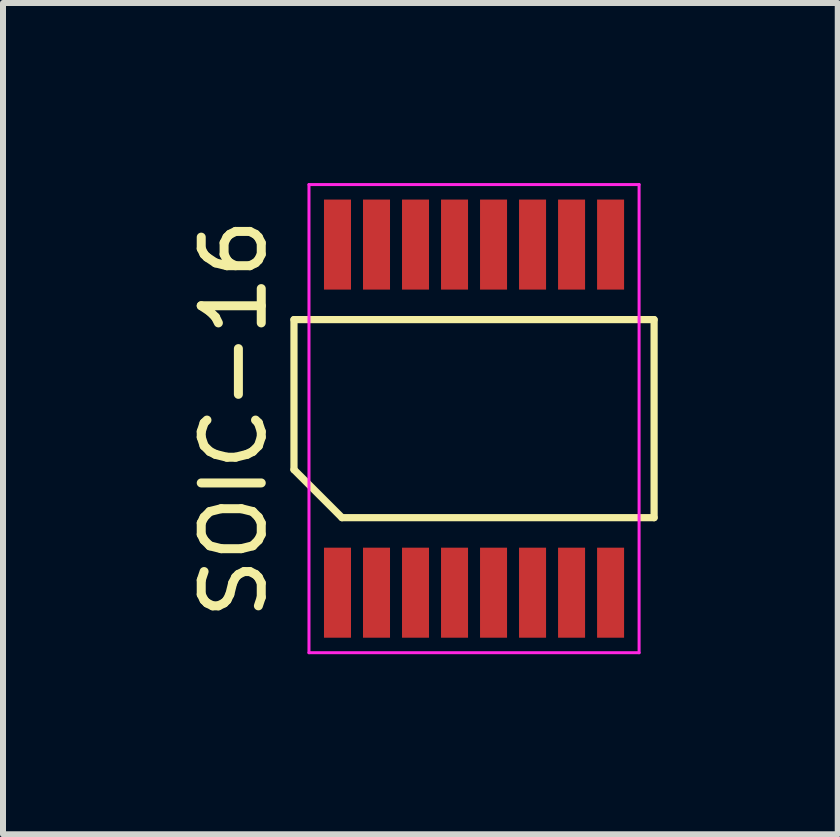
<source format=kicad_pcb>
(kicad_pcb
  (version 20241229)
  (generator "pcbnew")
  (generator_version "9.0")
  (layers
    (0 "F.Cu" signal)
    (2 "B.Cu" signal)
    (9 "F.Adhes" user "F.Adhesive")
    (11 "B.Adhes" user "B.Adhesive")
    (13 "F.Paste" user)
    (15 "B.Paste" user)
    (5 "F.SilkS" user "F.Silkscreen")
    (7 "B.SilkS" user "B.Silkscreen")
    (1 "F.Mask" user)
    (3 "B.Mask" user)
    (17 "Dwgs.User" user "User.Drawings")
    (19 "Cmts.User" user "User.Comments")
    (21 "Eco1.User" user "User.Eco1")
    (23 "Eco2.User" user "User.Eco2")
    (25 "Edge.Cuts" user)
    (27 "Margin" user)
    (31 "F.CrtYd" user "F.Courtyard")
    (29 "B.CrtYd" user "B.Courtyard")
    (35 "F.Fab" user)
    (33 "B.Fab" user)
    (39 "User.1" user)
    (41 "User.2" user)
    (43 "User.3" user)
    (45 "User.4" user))
  (footprint "SOIC-16"
    (layer "F.Cu")
    (at 4.848 3.925)
    (property "Reference" "SOIC-16" (at -4 0 90) (layer "F.SilkS") (effects (font (size 1 1) (thickness 0.15))))
    (attr smd)
    (fp_line (start -3 -1.65) (end 3 -1.65) (stroke (width 0.12) (type solid)) (layer "F.SilkS"))
    (fp_line (start -3 0.85) (end -3 -1.65) (stroke (width 0.12) (type solid)) (layer "F.SilkS"))
    (fp_line (start -2.2 1.65) (end -3 0.85) (stroke (width 0.12) (type solid)) (layer "F.SilkS"))
    (fp_line (start 3 -1.65) (end 3 1.65) (stroke (width 0.12) (type solid)) (layer "F.SilkS"))
    (fp_line (start 3 1.65) (end -2.2 1.65) (stroke (width 0.12) (type solid)) (layer "F.SilkS"))
    (fp_line (start -2.75 -3.9) (end 2.75 -3.9) (stroke (width 0.05) (type solid)) (layer "F.CrtYd"))
    (fp_line (start -2.75 3.9) (end -2.75 -3.9) (stroke (width 0.05) (type solid)) (layer "F.CrtYd"))
    (fp_line (start 2.75 -3.9) (end 2.75 3.9) (stroke (width 0.05) (type solid)) (layer "F.CrtYd"))
    (fp_line (start 2.75 3.9) (end -2.75 3.9) (stroke (width 0.05) (type solid)) (layer "F.CrtYd"))
    (pad "1" smd rect (at -2.275 2.9) (size 0.45 1.5) (layers "F.Cu" "F.Mask" "F.Paste"))
    (pad "2" smd rect (at -1.625 2.9) (size 0.45 1.5) (layers "F.Cu" "F.Mask" "F.Paste"))
    (pad "3" smd rect (at -0.975 2.9) (size 0.45 1.5) (layers "F.Cu" "F.Mask" "F.Paste"))
    (pad "4" smd rect (at -0.325 2.9) (size 0.45 1.5) (layers "F.Cu" "F.Mask" "F.Paste"))
    (pad "5" smd rect (at 0.325 2.9) (size 0.45 1.5) (layers "F.Cu" "F.Mask" "F.Paste"))
    (pad "6" smd rect (at 0.975 2.9) (size 0.45 1.5) (layers "F.Cu" "F.Mask" "F.Paste"))
    (pad "7" smd rect (at 1.625 2.9) (size 0.45 1.5) (layers "F.Cu" "F.Mask" "F.Paste"))
    (pad "8" smd rect (at 2.275 2.9) (size 0.45 1.5) (layers "F.Cu" "F.Mask" "F.Paste"))
    (pad "9" smd rect (at 2.275 -2.9) (size 0.45 1.5) (layers "F.Cu" "F.Mask" "F.Paste"))
    (pad "10" smd rect (at 1.625 -2.9) (size 0.45 1.5) (layers "F.Cu" "F.Mask" "F.Paste"))
    (pad "11" smd rect (at 0.975 -2.9) (size 0.45 1.5) (layers "F.Cu" "F.Mask" "F.Paste"))
    (pad "12" smd rect (at 0.325 -2.9) (size 0.45 1.5) (layers "F.Cu" "F.Mask" "F.Paste"))
    (pad "13" smd rect (at -0.325 -2.9) (size 0.45 1.5) (layers "F.Cu" "F.Mask" "F.Paste"))
    (pad "14" smd rect (at -0.975 -2.9) (size 0.45 1.5) (layers "F.Cu" "F.Mask" "F.Paste"))
    (pad "15" smd rect (at -1.625 -2.9) (size 0.45 1.5) (layers "F.Cu" "F.Mask" "F.Paste"))
    (pad "16" smd rect (at -2.275 -2.9) (size 0.45 1.5) (layers "F.Cu" "F.Mask" "F.Paste")))
  (gr_rect
    (start -3 -3)
    (end 10.908 10.85)
    (stroke (width 0.1) (type default))
    (fill no)
    (layer "Edge.Cuts")))
</source>
